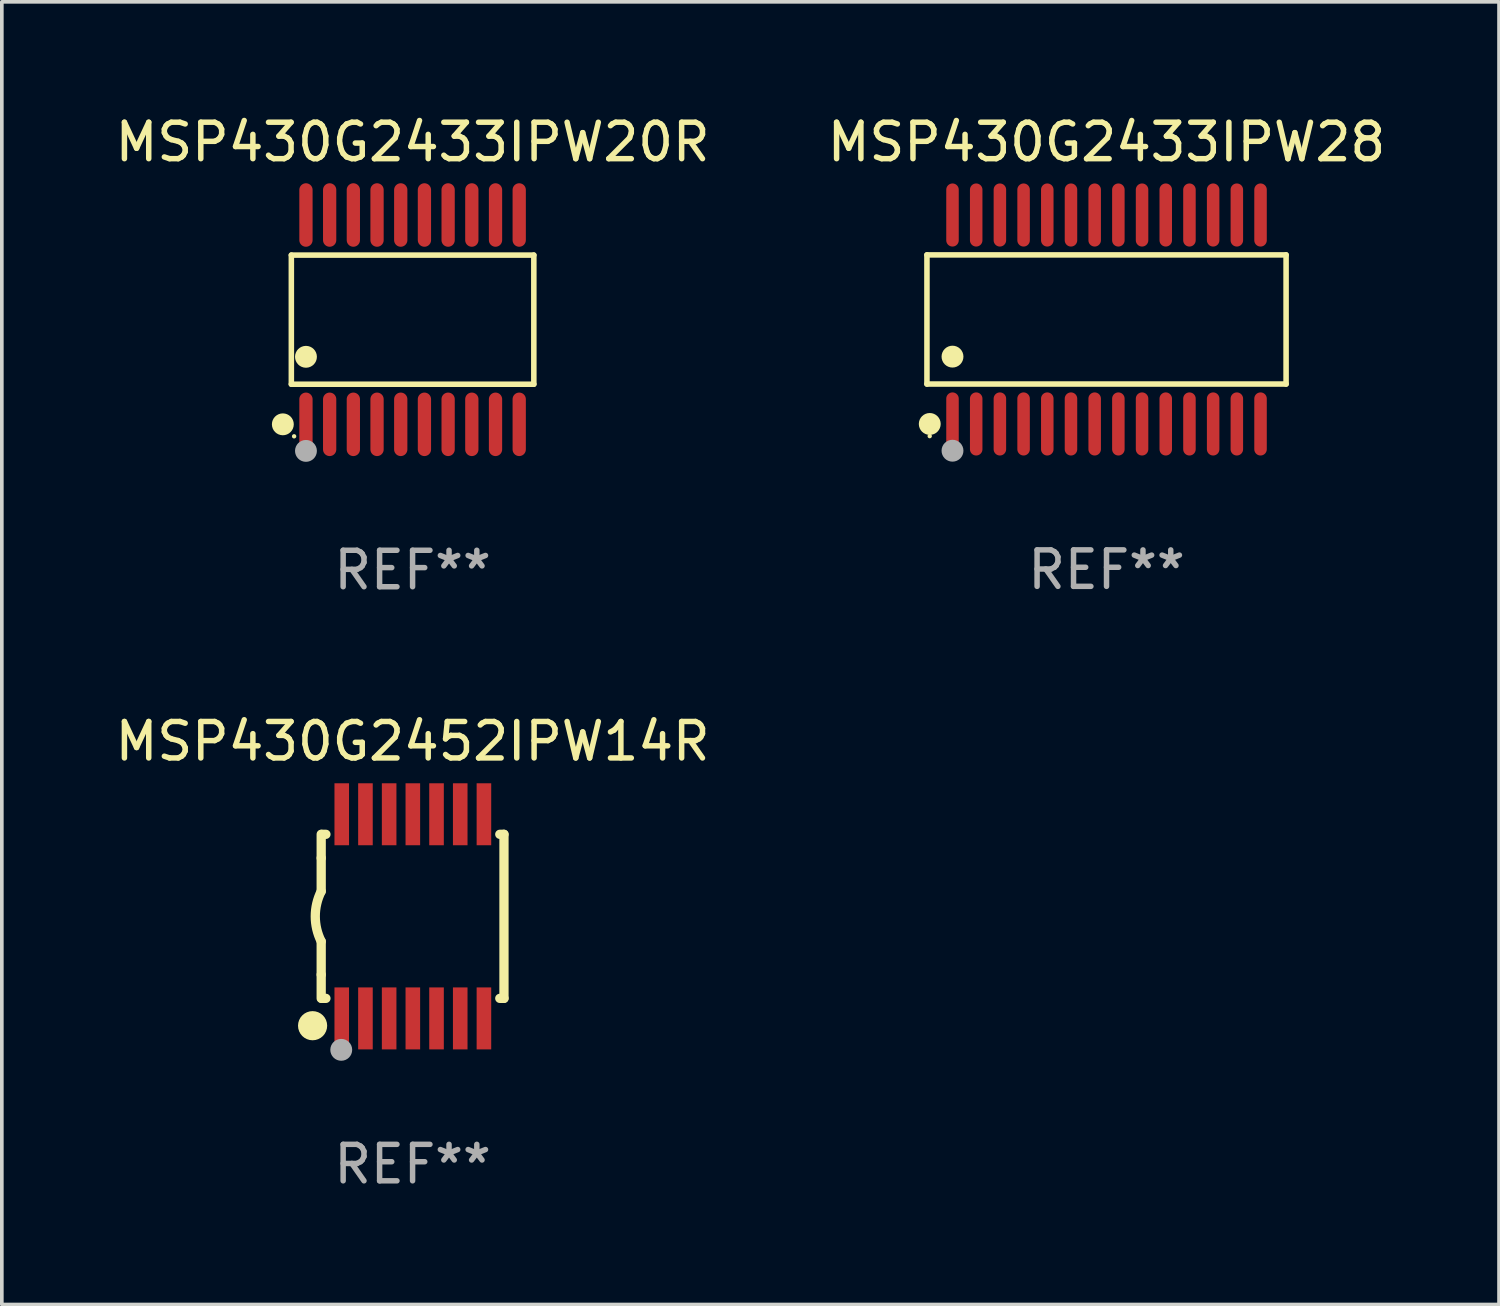
<source format=kicad_pcb>
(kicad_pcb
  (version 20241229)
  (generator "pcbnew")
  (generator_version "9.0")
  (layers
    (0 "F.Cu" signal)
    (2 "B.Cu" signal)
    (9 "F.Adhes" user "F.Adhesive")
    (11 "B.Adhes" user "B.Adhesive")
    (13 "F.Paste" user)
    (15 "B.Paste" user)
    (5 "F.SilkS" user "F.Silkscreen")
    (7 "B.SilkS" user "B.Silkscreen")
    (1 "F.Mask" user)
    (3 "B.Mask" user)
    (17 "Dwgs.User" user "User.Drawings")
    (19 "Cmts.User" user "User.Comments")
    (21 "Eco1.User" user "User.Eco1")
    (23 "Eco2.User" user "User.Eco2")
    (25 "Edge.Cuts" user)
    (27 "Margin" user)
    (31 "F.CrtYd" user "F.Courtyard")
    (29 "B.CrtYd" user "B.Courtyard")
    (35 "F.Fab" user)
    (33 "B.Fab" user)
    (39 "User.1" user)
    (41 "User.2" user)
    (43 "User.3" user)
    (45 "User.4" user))
  (footprint "MSP430G2433IPW28"
    (layer "F.Cu")
    (at 27.304 5.714)
    (property "Reference" "MSP430G2433IPW28" (at 0 -4.866 0) (layer "F.SilkS") (effects (font (size 1 1) (thickness 0.15))))
    (attr through_hole)
    (fp_line (start -4.926 -1.772) (end 4.926 -1.772) (stroke (width 0.152) (type solid)) (layer "F.SilkS"))
    (fp_line (start -4.926 1.771) (end -4.926 -1.772) (stroke (width 0.152) (type solid)) (layer "F.SilkS"))
    (fp_line (start 4.926 -1.772) (end 4.926 1.771) (stroke (width 0.152) (type solid)) (layer "F.SilkS"))
    (fp_line (start 4.926 1.771) (end -4.926 1.771) (stroke (width 0.152) (type solid)) (layer "F.SilkS"))
    (fp_circle (center -4.85 3.2) (end -4.82 3.2) (stroke (width 0.06) (type solid)) (fill no) (layer "F.SilkS"))
    (fp_circle (center -4.849 2.866) (end -4.699 2.866) (stroke (width 0.3) (type solid)) (fill no) (layer "F.SilkS"))
    (fp_circle (center -4.225 1.019) (end -4.075 1.019) (stroke (width 0.3) (type solid)) (fill no) (layer "F.SilkS"))
    (fp_circle (center -4.225 3.6) (end -4.075 3.6) (stroke (width 0.3) (type solid)) (fill no) (layer "F.Fab"))
    (fp_text user "REF**" (at 0 6.866 0) (layer "F.Fab") (effects (font (size 1 1) (thickness 0.15))))
    (pad "1" smd oval (at -4.225 2.866) (size 0.343 1.731) (layers "F.Cu" "F.Mask" "F.Paste"))
    (pad "2" smd oval (at -3.575 2.866) (size 0.343 1.731) (layers "F.Cu" "F.Mask" "F.Paste"))
    (pad "3" smd oval (at -2.925 2.866) (size 0.343 1.731) (layers "F.Cu" "F.Mask" "F.Paste"))
    (pad "4" smd oval (at -2.275 2.866) (size 0.343 1.731) (layers "F.Cu" "F.Mask" "F.Paste"))
    (pad "5" smd oval (at -1.625 2.866) (size 0.343 1.731) (layers "F.Cu" "F.Mask" "F.Paste"))
    (pad "6" smd oval (at -0.975 2.866) (size 0.343 1.731) (layers "F.Cu" "F.Mask" "F.Paste"))
    (pad "7" smd oval (at -0.325 2.866) (size 0.343 1.731) (layers "F.Cu" "F.Mask" "F.Paste"))
    (pad "8" smd oval (at 0.325 2.866) (size 0.343 1.731) (layers "F.Cu" "F.Mask" "F.Paste"))
    (pad "9" smd oval (at 0.975 2.866) (size 0.343 1.731) (layers "F.Cu" "F.Mask" "F.Paste"))
    (pad "10" smd oval (at 1.625 2.866) (size 0.343 1.731) (layers "F.Cu" "F.Mask" "F.Paste"))
    (pad "11" smd oval (at 2.275 2.866) (size 0.343 1.731) (layers "F.Cu" "F.Mask" "F.Paste"))
    (pad "12" smd oval (at 2.925 2.866) (size 0.343 1.731) (layers "F.Cu" "F.Mask" "F.Paste"))
    (pad "13" smd oval (at 3.575 2.866) (size 0.343 1.731) (layers "F.Cu" "F.Mask" "F.Paste"))
    (pad "14" smd oval (at 4.225 2.866) (size 0.343 1.731) (layers "F.Cu" "F.Mask" "F.Paste"))
    (pad "15" smd oval (at 4.225 -2.866) (size 0.343 1.731) (layers "F.Cu" "F.Mask" "F.Paste"))
    (pad "16" smd oval (at 3.575 -2.866) (size 0.343 1.731) (layers "F.Cu" "F.Mask" "F.Paste"))
    (pad "17" smd oval (at 2.925 -2.866) (size 0.343 1.731) (layers "F.Cu" "F.Mask" "F.Paste"))
    (pad "18" smd oval (at 2.275 -2.866) (size 0.343 1.731) (layers "F.Cu" "F.Mask" "F.Paste"))
    (pad "19" smd oval (at 1.625 -2.866) (size 0.343 1.731) (layers "F.Cu" "F.Mask" "F.Paste"))
    (pad "20" smd oval (at 0.975 -2.866) (size 0.343 1.731) (layers "F.Cu" "F.Mask" "F.Paste"))
    (pad "21" smd oval (at 0.325 -2.866) (size 0.343 1.731) (layers "F.Cu" "F.Mask" "F.Paste"))
    (pad "22" smd oval (at -0.325 -2.866) (size 0.343 1.731) (layers "F.Cu" "F.Mask" "F.Paste"))
    (pad "23" smd oval (at -0.975 -2.866) (size 0.343 1.731) (layers "F.Cu" "F.Mask" "F.Paste"))
    (pad "24" smd oval (at -1.625 -2.866) (size 0.343 1.731) (layers "F.Cu" "F.Mask" "F.Paste"))
    (pad "25" smd oval (at -2.275 -2.866) (size 0.343 1.731) (layers "F.Cu" "F.Mask" "F.Paste"))
    (pad "26" smd oval (at -2.925 -2.866) (size 0.343 1.731) (layers "F.Cu" "F.Mask" "F.Paste"))
    (pad "27" smd oval (at -3.575 -2.866) (size 0.343 1.731) (layers "F.Cu" "F.Mask" "F.Paste"))
    (pad "28" smd oval (at -4.225 -2.866) (size 0.343 1.731) (layers "F.Cu" "F.Mask" "F.Paste")))
  (footprint "MSP430G2433IPW20R"
    (layer "F.Cu")
    (at 8.268 5.719)
    (property "Reference" "MSP430G2433IPW20R" (at 0 -4.871 0) (layer "F.SilkS") (effects (font (size 1 1) (thickness 0.15))))
    (attr through_hole)
    (fp_line (start -3.326 -1.771) (end 3.326 -1.771) (stroke (width 0.152) (type solid)) (layer "F.SilkS"))
    (fp_line (start -3.326 1.771) (end -3.326 -1.771) (stroke (width 0.152) (type solid)) (layer "F.SilkS"))
    (fp_line (start 3.326 -1.771) (end 3.326 1.771) (stroke (width 0.152) (type solid)) (layer "F.SilkS"))
    (fp_line (start 3.326 1.771) (end -3.326 1.771) (stroke (width 0.152) (type solid)) (layer "F.SilkS"))
    (fp_circle (center -3.559 2.871) (end -3.409 2.871) (stroke (width 0.3) (type solid)) (fill no) (layer "F.SilkS"))
    (fp_circle (center -3.25 3.2) (end -3.22 3.2) (stroke (width 0.06) (type solid)) (fill no) (layer "F.SilkS"))
    (fp_circle (center -2.925 1.019) (end -2.775 1.019) (stroke (width 0.3) (type solid)) (fill no) (layer "F.SilkS"))
    (fp_circle (center -2.925 3.6) (end -2.775 3.6) (stroke (width 0.3) (type solid)) (fill no) (layer "F.Fab"))
    (fp_text user "REF**" (at 0 6.871 0) (layer "F.Fab") (effects (font (size 1 1) (thickness 0.15))))
    (pad "1" smd oval (at -2.925 2.871) (size 0.364 1.742) (layers "F.Cu" "F.Mask" "F.Paste"))
    (pad "2" smd oval (at -2.275 2.871) (size 0.364 1.742) (layers "F.Cu" "F.Mask" "F.Paste"))
    (pad "3" smd oval (at -1.625 2.871) (size 0.364 1.742) (layers "F.Cu" "F.Mask" "F.Paste"))
    (pad "4" smd oval (at -0.975 2.871) (size 0.364 1.742) (layers "F.Cu" "F.Mask" "F.Paste"))
    (pad "5" smd oval (at -0.325 2.871) (size 0.364 1.742) (layers "F.Cu" "F.Mask" "F.Paste"))
    (pad "6" smd oval (at 0.325 2.871) (size 0.364 1.742) (layers "F.Cu" "F.Mask" "F.Paste"))
    (pad "7" smd oval (at 0.975 2.871) (size 0.364 1.742) (layers "F.Cu" "F.Mask" "F.Paste"))
    (pad "8" smd oval (at 1.625 2.871) (size 0.364 1.742) (layers "F.Cu" "F.Mask" "F.Paste"))
    (pad "9" smd oval (at 2.275 2.871) (size 0.364 1.742) (layers "F.Cu" "F.Mask" "F.Paste"))
    (pad "10" smd oval (at 2.925 2.871) (size 0.364 1.742) (layers "F.Cu" "F.Mask" "F.Paste"))
    (pad "11" smd oval (at 2.925 -2.871) (size 0.364 1.742) (layers "F.Cu" "F.Mask" "F.Paste"))
    (pad "12" smd oval (at 2.275 -2.871) (size 0.364 1.742) (layers "F.Cu" "F.Mask" "F.Paste"))
    (pad "13" smd oval (at 1.625 -2.871) (size 0.364 1.742) (layers "F.Cu" "F.Mask" "F.Paste"))
    (pad "14" smd oval (at 0.975 -2.871) (size 0.364 1.742) (layers "F.Cu" "F.Mask" "F.Paste"))
    (pad "15" smd oval (at 0.325 -2.871) (size 0.364 1.742) (layers "F.Cu" "F.Mask" "F.Paste"))
    (pad "16" smd oval (at -0.325 -2.871) (size 0.364 1.742) (layers "F.Cu" "F.Mask" "F.Paste"))
    (pad "17" smd oval (at -0.975 -2.871) (size 0.364 1.742) (layers "F.Cu" "F.Mask" "F.Paste"))
    (pad "18" smd oval (at -1.625 -2.871) (size 0.364 1.742) (layers "F.Cu" "F.Mask" "F.Paste"))
    (pad "19" smd oval (at -2.275 -2.871) (size 0.364 1.742) (layers "F.Cu" "F.Mask" "F.Paste"))
    (pad "20" smd oval (at -2.925 -2.871) (size 0.364 1.742) (layers "F.Cu" "F.Mask" "F.Paste")))
  (footprint "MSP430G2452IPW14R"
    (layer "F.Cu")
    (at 8.268 22.087)
    (property "Reference" "MSP430G2452IPW14R" (at 0 -4.8 0) (layer "F.SilkS") (effects (font (size 1 1) (thickness 0.15))))
    (attr through_hole)
    (fp_line (start -2.507 -1.6) (end -2.507 -2.25) (stroke (width 0.254) (type solid)) (layer "F.SilkS"))
    (fp_line (start -2.507 -0.686) (end -2.507 -1.6) (stroke (width 0.254) (type solid)) (layer "F.SilkS"))
    (fp_line (start -2.507 1.6) (end -2.507 0.686) (stroke (width 0.254) (type solid)) (layer "F.SilkS"))
    (fp_line (start -2.507 1.6) (end -2.507 2.25) (stroke (width 0.254) (type solid)) (layer "F.SilkS"))
    (fp_line (start -2.493 -2.25) (end -2.377 -2.25) (stroke (width 0.254) (type solid)) (layer "F.SilkS"))
    (fp_line (start -2.377 2.25) (end -2.493 2.25) (stroke (width 0.254) (type solid)) (layer "F.SilkS"))
    (fp_line (start 2.392 -2.25) (end 2.507 -2.25) (stroke (width 0.254) (type solid)) (layer "F.SilkS"))
    (fp_line (start 2.507 -2.25) (end 2.507 2.25) (stroke (width 0.254) (type solid)) (layer "F.SilkS"))
    (fp_line (start 2.507 2.25) (end 2.392 2.25) (stroke (width 0.254) (type solid)) (layer "F.SilkS"))
    (fp_arc (start -2.507303 0.685802) (mid -2.669199 0) (end -2.507303 -0.685801) (stroke (width 0.254001) (type solid)) (layer "F.SilkS"))
    (fp_circle (center -2.743 3) (end -2.543 3) (stroke (width 0.4) (type solid)) (fill no) (layer "F.SilkS"))
    (fp_circle (center -2.493 3.2) (end -2.463 3.2) (stroke (width 0.06) (type solid)) (fill no) (layer "F.SilkS"))
    (fp_circle (center -1.957 3.662) (end -1.807 3.662) (stroke (width 0.3) (type solid)) (fill no) (layer "F.Fab"))
    (fp_text user "REF**" (at 0 6.8 0) (layer "F.Fab") (effects (font (size 1 1) (thickness 0.15))))
    (pad "1" smd rect (at -1.943 2.8) (size 0.4 1.7) (layers "F.Cu" "F.Mask" "F.Paste"))
    (pad "2" smd rect (at -1.293 2.8) (size 0.4 1.7) (layers "F.Cu" "F.Mask" "F.Paste"))
    (pad "3" smd rect (at -0.643 2.8) (size 0.4 1.7) (layers "F.Cu" "F.Mask" "F.Paste"))
    (pad "4" smd rect (at 0.007 2.8) (size 0.4 1.7) (layers "F.Cu" "F.Mask" "F.Paste"))
    (pad "5" smd rect (at 0.657 2.8) (size 0.4 1.7) (layers "F.Cu" "F.Mask" "F.Paste"))
    (pad "6" smd rect (at 1.307 2.8) (size 0.4 1.7) (layers "F.Cu" "F.Mask" "F.Paste"))
    (pad "7" smd rect (at 1.957 2.8) (size 0.4 1.7) (layers "F.Cu" "F.Mask" "F.Paste"))
    (pad "8" smd rect (at 1.957 -2.8) (size 0.4 1.7) (layers "F.Cu" "F.Mask" "F.Paste"))
    (pad "9" smd rect (at 1.307 -2.8) (size 0.4 1.7) (layers "F.Cu" "F.Mask" "F.Paste"))
    (pad "10" smd rect (at 0.657 -2.8) (size 0.4 1.7) (layers "F.Cu" "F.Mask" "F.Paste"))
    (pad "11" smd rect (at 0.007 -2.8) (size 0.4 1.7) (layers "F.Cu" "F.Mask" "F.Paste"))
    (pad "12" smd rect (at -0.643 -2.8) (size 0.4 1.7) (layers "F.Cu" "F.Mask" "F.Paste"))
    (pad "13" smd rect (at -1.293 -2.8) (size 0.4 1.7) (layers "F.Cu" "F.Mask" "F.Paste"))
    (pad "14" smd rect (at -1.943 -2.8) (size 0.4 1.7) (layers "F.Cu" "F.Mask" "F.Paste")))
  (gr_rect
    (start -3 -3)
    (end 38.071 32.735)
    (stroke (width 0.1) (type default))
    (fill no)
    (layer "Edge.Cuts")))
</source>
